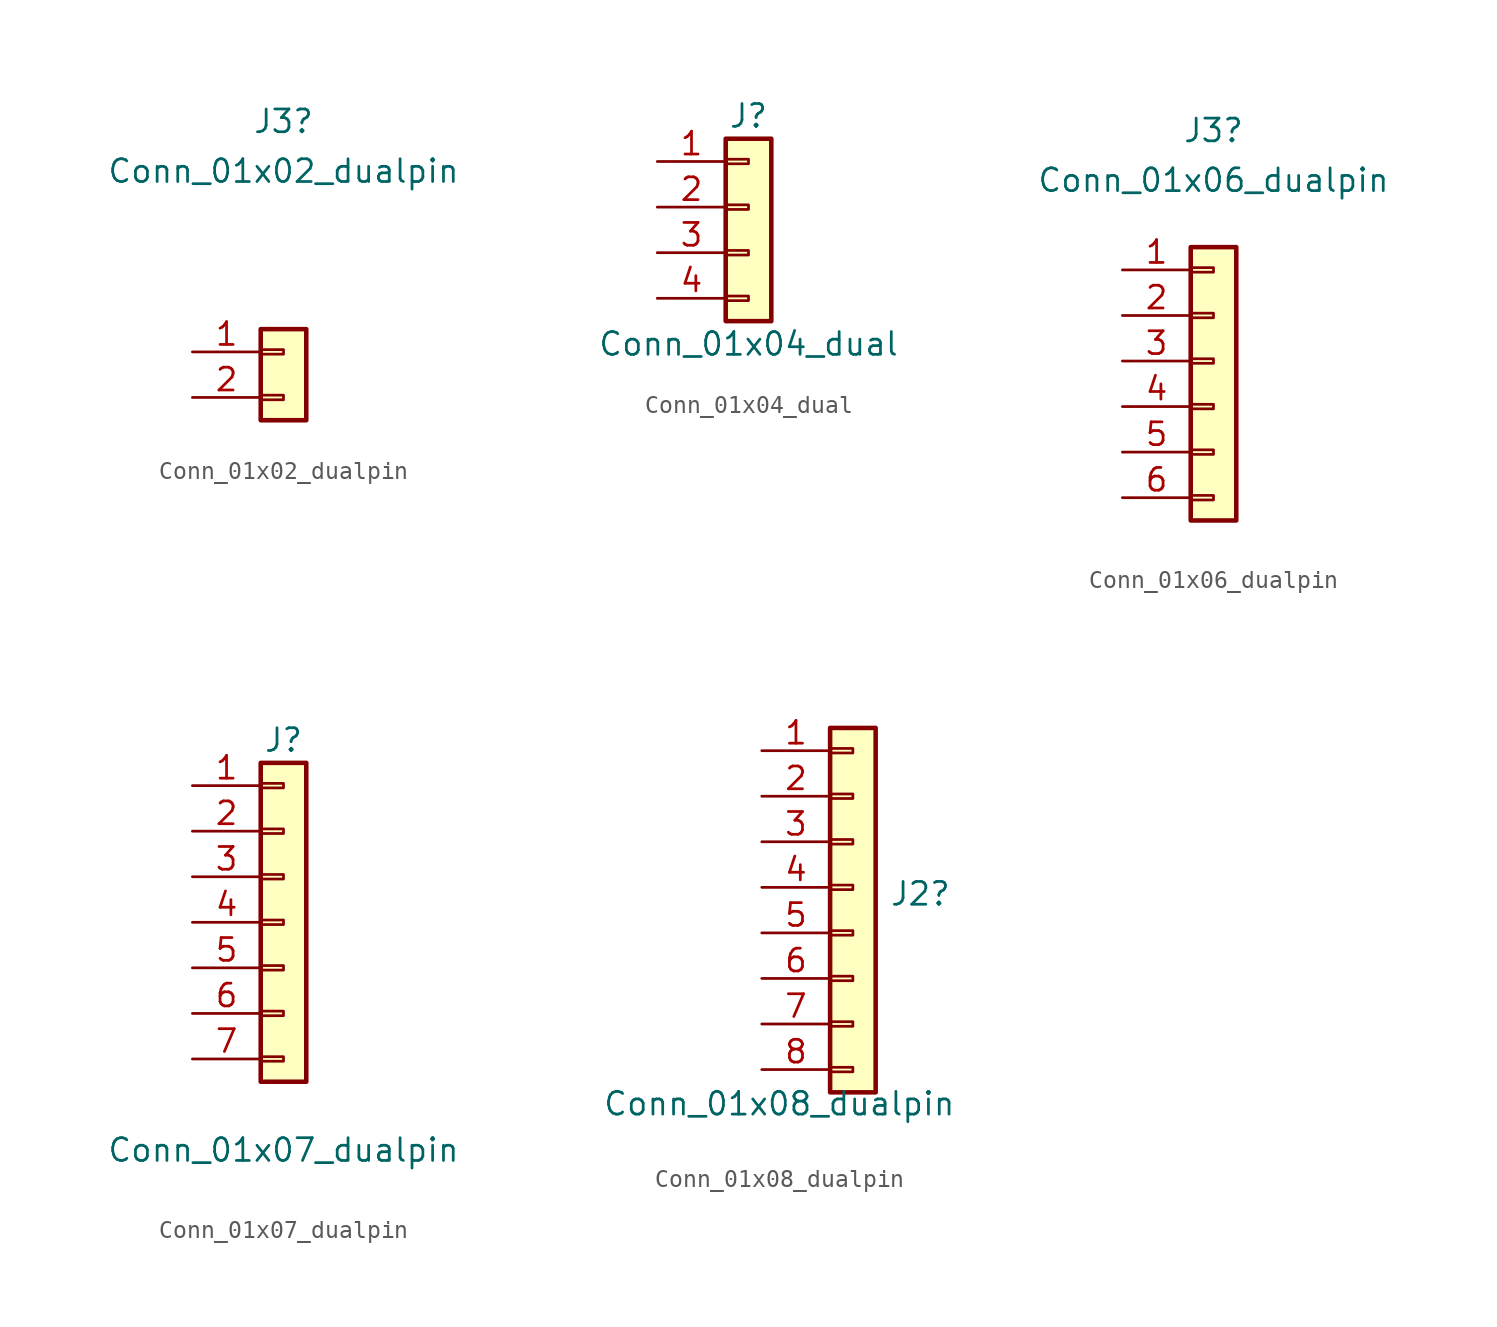
<source format=kicad_sym>
(kicad_symbol_lib
  (version 20211014)
  (generator kicad_symbol_editor)
  (symbol "Conn_01x02_dualpin"
    (pin_names
      (offset 1.016) hide)
    (property "Reference" "J3"
      (at 0 15.396 0)
      (effects (font (size 1.27 1.27))))
    (property "Value" "Conn_01x02_dualpin"
      (at 0 12.621 0)
      (effects (font (size 1.27 1.27))))
    (symbol "Conn_01x02_dualpin_1_1"
      (rectangle (start -1.27 0.127) (end 0 -0.127) (stroke (width 0.152) (type default) (color 0 0 0 0)) (fill (type none)))
      (rectangle (start -1.27 2.667) (end 0 2.413) (stroke (width 0.152) (type default) (color 0 0 0 0)) (fill (type none)))
      (rectangle (start -1.27 3.81) (end 1.27 -1.27) (stroke (width 0.254) (type default) (color 0 0 0 0)) (fill (type background)))
      (pin passive line (at -5.08 2.54 0) (length 3.81) (name "Pin_1" (effects (font (size 1.27 1.27)))) (number "1" (effects (font (size 1.27 1.27)))))
      (pin passive line (at -5.08 0 0) (length 3.81) (name "Pin_2" (effects (font (size 1.27 1.27)))) (number "2" (effects (font (size 1.27 1.27)))))
      (pin passive line (at -5.08 2.54 0) (length 3.81) hide (name "Pin_1A" (effects (font (size 1.27 1.27)))) (number "A1" (effects (font (size 1.27 1.27)))))
      (pin passive line (at -5.08 0 0) (length 3.81) hide (name "Pin_A2" (effects (font (size 1.27 1.27)))) (number "A2" (effects (font (size 1.27 1.27)))))))
  (symbol "Conn_01x04_dual"
    (pin_names
      (offset 1.016) hide)
    (property "Reference" "J"
      (at 0 5.08 0)
      (effects (font (size 1.27 1.27))))
    (property "Value" "Conn_01x04_dual"
      (at 0 -7.62 0)
      (effects (font (size 1.27 1.27))))
    (symbol "Conn_01x04_dual_1_1"
      (rectangle (start -1.27 -4.953) (end 0 -5.207) (stroke (width 0.152) (type default) (color 0 0 0 0)) (fill (type none)))
      (rectangle (start -1.27 -2.413) (end 0 -2.667) (stroke (width 0.152) (type default) (color 0 0 0 0)) (fill (type none)))
      (rectangle (start -1.27 0.127) (end 0 -0.127) (stroke (width 0.152) (type default) (color 0 0 0 0)) (fill (type none)))
      (rectangle (start -1.27 2.667) (end 0 2.413) (stroke (width 0.152) (type default) (color 0 0 0 0)) (fill (type none)))
      (rectangle (start -1.27 3.81) (end 1.27 -6.35) (stroke (width 0.254) (type default) (color 0 0 0 0)) (fill (type background)))
      (pin passive line (at -5.08 2.54 0) (length 3.81) (name "Pin_1" (effects (font (size 1.27 1.27)))) (number "1" (effects (font (size 1.27 1.27)))))
      (pin passive line (at -5.08 0 0) (length 3.81) (name "Pin_2" (effects (font (size 1.27 1.27)))) (number "2" (effects (font (size 1.27 1.27)))))
      (pin passive line (at -5.08 -2.54 0) (length 3.81) (name "Pin_3" (effects (font (size 1.27 1.27)))) (number "3" (effects (font (size 1.27 1.27)))))
      (pin passive line (at -5.08 -5.08 0) (length 3.81) (name "Pin_4" (effects (font (size 1.27 1.27)))) (number "4" (effects (font (size 1.27 1.27)))))
      (pin passive line (at -5.08 2.54 0) (length 3.81) hide (name "Pin_A1" (effects (font (size 1.27 1.27)))) (number "A1" (effects (font (size 1.27 1.27)))))
      (pin passive line (at -5.08 0 0) (length 3.81) hide (name "Pin_A2" (effects (font (size 1.27 1.27)))) (number "A2" (effects (font (size 1.27 1.27)))))
      (pin passive line (at -5.08 -2.54 0) (length 3.81) hide (name "Pin_A3" (effects (font (size 1.27 1.27)))) (number "A3" (effects (font (size 1.27 1.27)))))
      (pin passive line (at -5.08 -5.08 0) (length 3.81) hide (name "Pin_A4" (effects (font (size 1.27 1.27)))) (number "A4" (effects (font (size 1.27 1.27)))))))
  (symbol "Conn_01x06_dualpin"
    (pin_names
      (offset 1.016) hide)
    (property "Reference" "J3"
      (at 0 15.396 0)
      (effects (font (size 1.27 1.27))))
    (property "Value" "Conn_01x06_dualpin"
      (at 0 12.621 0)
      (effects (font (size 1.27 1.27))))
    (symbol "Conn_01x06_dualpin_1_1"
      (rectangle (start -1.27 -4.953) (end 0 -5.207) (stroke (width 0.152) (type default) (color 0 0 0 0)) (fill (type none)))
      (rectangle (start -1.27 -2.413) (end 0 -2.667) (stroke (width 0.152) (type default) (color 0 0 0 0)) (fill (type none)))
      (rectangle (start -1.27 0.127) (end 0 -0.127) (stroke (width 0.152) (type default) (color 0 0 0 0)) (fill (type none)))
      (rectangle (start -1.27 2.667) (end 0 2.413) (stroke (width 0.152) (type default) (color 0 0 0 0)) (fill (type none)))
      (rectangle (start -1.27 5.207) (end 0 4.953) (stroke (width 0.152) (type default) (color 0 0 0 0)) (fill (type none)))
      (rectangle (start -1.27 7.747) (end 0 7.493) (stroke (width 0.152) (type default) (color 0 0 0 0)) (fill (type none)))
      (rectangle (start -1.27 8.89) (end 1.27 -6.35) (stroke (width 0.254) (type default) (color 0 0 0 0)) (fill (type background)))
      (pin passive line (at -5.08 7.62 0) (length 3.81) (name "Pin_1" (effects (font (size 1.27 1.27)))) (number "1" (effects (font (size 1.27 1.27)))))
      (pin passive line (at -5.08 5.08 0) (length 3.81) (name "Pin_2" (effects (font (size 1.27 1.27)))) (number "2" (effects (font (size 1.27 1.27)))))
      (pin passive line (at -5.08 2.54 0) (length 3.81) (name "Pin_3" (effects (font (size 1.27 1.27)))) (number "3" (effects (font (size 1.27 1.27)))))
      (pin passive line (at -5.08 0 0) (length 3.81) (name "Pin_4" (effects (font (size 1.27 1.27)))) (number "4" (effects (font (size 1.27 1.27)))))
      (pin passive line (at -5.08 -2.54 0) (length 3.81) (name "Pin_5" (effects (font (size 1.27 1.27)))) (number "5" (effects (font (size 1.27 1.27)))))
      (pin passive line (at -5.08 -5.08 0) (length 3.81) (name "Pin_6" (effects (font (size 1.27 1.27)))) (number "6" (effects (font (size 1.27 1.27)))))
      (pin passive line (at -5.08 7.62 0) (length 3.81) hide (name "Pin_1A" (effects (font (size 1.27 1.27)))) (number "A1" (effects (font (size 1.27 1.27)))))
      (pin passive line (at -5.08 5.08 0) (length 3.81) hide (name "Pin_A2" (effects (font (size 1.27 1.27)))) (number "A2" (effects (font (size 1.27 1.27)))))
      (pin passive line (at -5.08 2.54 0) (length 3.81) hide (name "Pin_3" (effects (font (size 1.27 1.27)))) (number "A3" (effects (font (size 1.27 1.27)))))
      (pin passive line (at -5.08 0 0) (length 3.81) hide (name "Pin_A4" (effects (font (size 1.27 1.27)))) (number "A4" (effects (font (size 1.27 1.27)))))
      (pin passive line (at -5.08 -2.54 0) (length 3.81) hide (name "Pin_A5" (effects (font (size 1.27 1.27)))) (number "A5" (effects (font (size 1.27 1.27)))))
      (pin passive line (at -5.08 -5.08 0) (length 3.81) hide (name "Pin_A6" (effects (font (size 1.27 1.27)))) (number "A6" (effects (font (size 1.27 1.27)))))))
  (symbol "Conn_01x07_dualpin"
    (pin_names
      (offset 1.016) hide)
    (property "Reference" "J"
      (at 0 10.16 0)
      (effects (font (size 1.27 1.27))))
    (property "Value" "Conn_01x07_dualpin"
      (at 0 -12.7 0)
      (effects (font (size 1.27 1.27))))
    (symbol "Conn_01x07_dualpin_1_1"
      (rectangle (start -1.27 -7.493) (end 0 -7.747) (stroke (width 0.152) (type default) (color 0 0 0 0)) (fill (type none)))
      (rectangle (start -1.27 -4.953) (end 0 -5.207) (stroke (width 0.152) (type default) (color 0 0 0 0)) (fill (type none)))
      (rectangle (start -1.27 -2.413) (end 0 -2.667) (stroke (width 0.152) (type default) (color 0 0 0 0)) (fill (type none)))
      (rectangle (start -1.27 0.127) (end 0 -0.127) (stroke (width 0.152) (type default) (color 0 0 0 0)) (fill (type none)))
      (rectangle (start -1.27 2.667) (end 0 2.413) (stroke (width 0.152) (type default) (color 0 0 0 0)) (fill (type none)))
      (rectangle (start -1.27 5.207) (end 0 4.953) (stroke (width 0.152) (type default) (color 0 0 0 0)) (fill (type none)))
      (rectangle (start -1.27 7.747) (end 0 7.493) (stroke (width 0.152) (type default) (color 0 0 0 0)) (fill (type none)))
      (rectangle (start -1.27 8.89) (end 1.27 -8.89) (stroke (width 0.254) (type default) (color 0 0 0 0)) (fill (type background)))
      (pin passive line (at -5.08 7.62 0) (length 3.81) (name "Pin_1" (effects (font (size 1.27 1.27)))) (number "1" (effects (font (size 1.27 1.27)))))
      (pin passive line (at -5.08 5.08 0) (length 3.81) (name "Pin_2" (effects (font (size 1.27 1.27)))) (number "2" (effects (font (size 1.27 1.27)))))
      (pin passive line (at -5.08 2.54 0) (length 3.81) (name "Pin_3" (effects (font (size 1.27 1.27)))) (number "3" (effects (font (size 1.27 1.27)))))
      (pin passive line (at -5.08 0 0) (length 3.81) (name "Pin_4" (effects (font (size 1.27 1.27)))) (number "4" (effects (font (size 1.27 1.27)))))
      (pin passive line (at -5.08 -2.54 0) (length 3.81) (name "Pin_5" (effects (font (size 1.27 1.27)))) (number "5" (effects (font (size 1.27 1.27)))))
      (pin passive line (at -5.08 -5.08 0) (length 3.81) (name "Pin_6" (effects (font (size 1.27 1.27)))) (number "6" (effects (font (size 1.27 1.27)))))
      (pin passive line (at -5.08 -7.62 0) (length 3.81) (name "Pin_7" (effects (font (size 1.27 1.27)))) (number "7" (effects (font (size 1.27 1.27)))))
      (pin passive line (at -5.08 7.62 0) (length 3.81) hide (name "Pin_1A" (effects (font (size 1.27 1.27)))) (number "A1" (effects (font (size 1.27 1.27)))))
      (pin passive line (at -5.08 5.08 0) (length 3.81) hide (name "Pin_A2" (effects (font (size 1.27 1.27)))) (number "A2" (effects (font (size 1.27 1.27)))))
      (pin passive line (at -5.08 2.54 0) (length 3.81) hide (name "Pin_3" (effects (font (size 1.27 1.27)))) (number "A3" (effects (font (size 1.27 1.27)))))
      (pin passive line (at -5.08 0 0) (length 3.81) hide (name "Pin_A4" (effects (font (size 1.27 1.27)))) (number "A4" (effects (font (size 1.27 1.27)))))
      (pin passive line (at -5.08 -2.54 0) (length 3.81) hide (name "Pin_A5" (effects (font (size 1.27 1.27)))) (number "A5" (effects (font (size 1.27 1.27)))))
      (pin passive line (at -5.08 -5.08 0) (length 3.81) hide (name "Pin_A6" (effects (font (size 1.27 1.27)))) (number "A6" (effects (font (size 1.27 1.27)))))
      (pin passive line (at -5.08 -7.62 0) (length 3.81) hide (name "Pin_A7" (effects (font (size 1.27 1.27)))) (number "A7" (effects (font (size 1.27 1.27)))))))
  (symbol "Conn_01x08_dualpin"
    (pin_names
      (offset 1.016) hide)
    (property "Reference" "J2"
      (at 2.032 -0.361 0)
      (effects (font (size 1.27 1.27)) (justify left)))
    (property "Value" "Conn_01x08_dualpin"
      (at -13.97 -12.065 0)
      (effects (font (size 1.27 1.27)) (justify left)))
    (symbol "Conn_01x08_dualpin_1_1"
      (rectangle (start -1.27 -10.033) (end 0 -10.287) (stroke (width 0.152) (type default) (color 0 0 0 0)) (fill (type none)))
      (rectangle (start -1.27 -7.493) (end 0 -7.747) (stroke (width 0.152) (type default) (color 0 0 0 0)) (fill (type none)))
      (rectangle (start -1.27 -4.953) (end 0 -5.207) (stroke (width 0.152) (type default) (color 0 0 0 0)) (fill (type none)))
      (rectangle (start -1.27 -2.413) (end 0 -2.667) (stroke (width 0.152) (type default) (color 0 0 0 0)) (fill (type none)))
      (rectangle (start -1.27 0.127) (end 0 -0.127) (stroke (width 0.152) (type default) (color 0 0 0 0)) (fill (type none)))
      (rectangle (start -1.27 2.667) (end 0 2.413) (stroke (width 0.152) (type default) (color 0 0 0 0)) (fill (type none)))
      (rectangle (start -1.27 5.207) (end 0 4.953) (stroke (width 0.152) (type default) (color 0 0 0 0)) (fill (type none)))
      (rectangle (start -1.27 7.747) (end 0 7.493) (stroke (width 0.152) (type default) (color 0 0 0 0)) (fill (type none)))
      (rectangle (start -1.27 8.89) (end 1.27 -11.43) (stroke (width 0.254) (type default) (color 0 0 0 0)) (fill (type background)))
      (pin passive line (at -5.08 7.62 0) (length 3.81) (name "Pin_1" (effects (font (size 1.27 1.27)))) (number "1" (effects (font (size 1.27 1.27)))))
      (pin passive line (at -5.08 5.08 0) (length 3.81) (name "Pin_2" (effects (font (size 1.27 1.27)))) (number "2" (effects (font (size 1.27 1.27)))))
      (pin passive line (at -5.08 2.54 0) (length 3.81) (name "Pin_3" (effects (font (size 1.27 1.27)))) (number "3" (effects (font (size 1.27 1.27)))))
      (pin passive line (at -5.08 0 0) (length 3.81) (name "Pin_4" (effects (font (size 1.27 1.27)))) (number "4" (effects (font (size 1.27 1.27)))))
      (pin passive line (at -5.08 -2.54 0) (length 3.81) (name "Pin_5" (effects (font (size 1.27 1.27)))) (number "5" (effects (font (size 1.27 1.27)))))
      (pin passive line (at -5.08 -5.08 0) (length 3.81) (name "Pin_6" (effects (font (size 1.27 1.27)))) (number "6" (effects (font (size 1.27 1.27)))))
      (pin passive line (at -5.08 -7.62 0) (length 3.81) (name "Pin_7" (effects (font (size 1.27 1.27)))) (number "7" (effects (font (size 1.27 1.27)))))
      (pin passive line (at -5.08 -10.16 0) (length 3.81) (name "Pin_8" (effects (font (size 1.27 1.27)))) (number "8" (effects (font (size 1.27 1.27)))))
      (pin passive line (at -5.08 7.62 0) (length 3.81) hide (name "Pin_1A" (effects (font (size 1.27 1.27)))) (number "A1" (effects (font (size 1.27 1.27)))))
      (pin passive line (at -5.08 5.08 0) (length 3.81) hide (name "Pin_A2" (effects (font (size 1.27 1.27)))) (number "A2" (effects (font (size 1.27 1.27)))))
      (pin passive line (at -5.08 2.54 0) (length 3.81) hide (name "Pin_3" (effects (font (size 1.27 1.27)))) (number "A3" (effects (font (size 1.27 1.27)))))
      (pin passive line (at -5.08 0 0) (length 3.81) hide (name "Pin_A4" (effects (font (size 1.27 1.27)))) (number "A4" (effects (font (size 1.27 1.27)))))
      (pin passive line (at -5.08 -2.54 0) (length 3.81) hide (name "Pin_A5" (effects (font (size 1.27 1.27)))) (number "A5" (effects (font (size 1.27 1.27)))))
      (pin passive line (at -5.08 -5.08 0) (length 3.81) hide (name "Pin_A6" (effects (font (size 1.27 1.27)))) (number "A6" (effects (font (size 1.27 1.27)))))
      (pin passive line (at -5.08 -7.62 0) (length 3.81) hide (name "Pin_A7" (effects (font (size 1.27 1.27)))) (number "A7" (effects (font (size 1.27 1.27)))))
      (pin passive line (at -5.08 -10.16 0) (length 3.81) hide (name "Pin_A8" (effects (font (size 1.27 1.27)))) (number "A8" (effects (font (size 1.27 1.27))))))))
</source>
